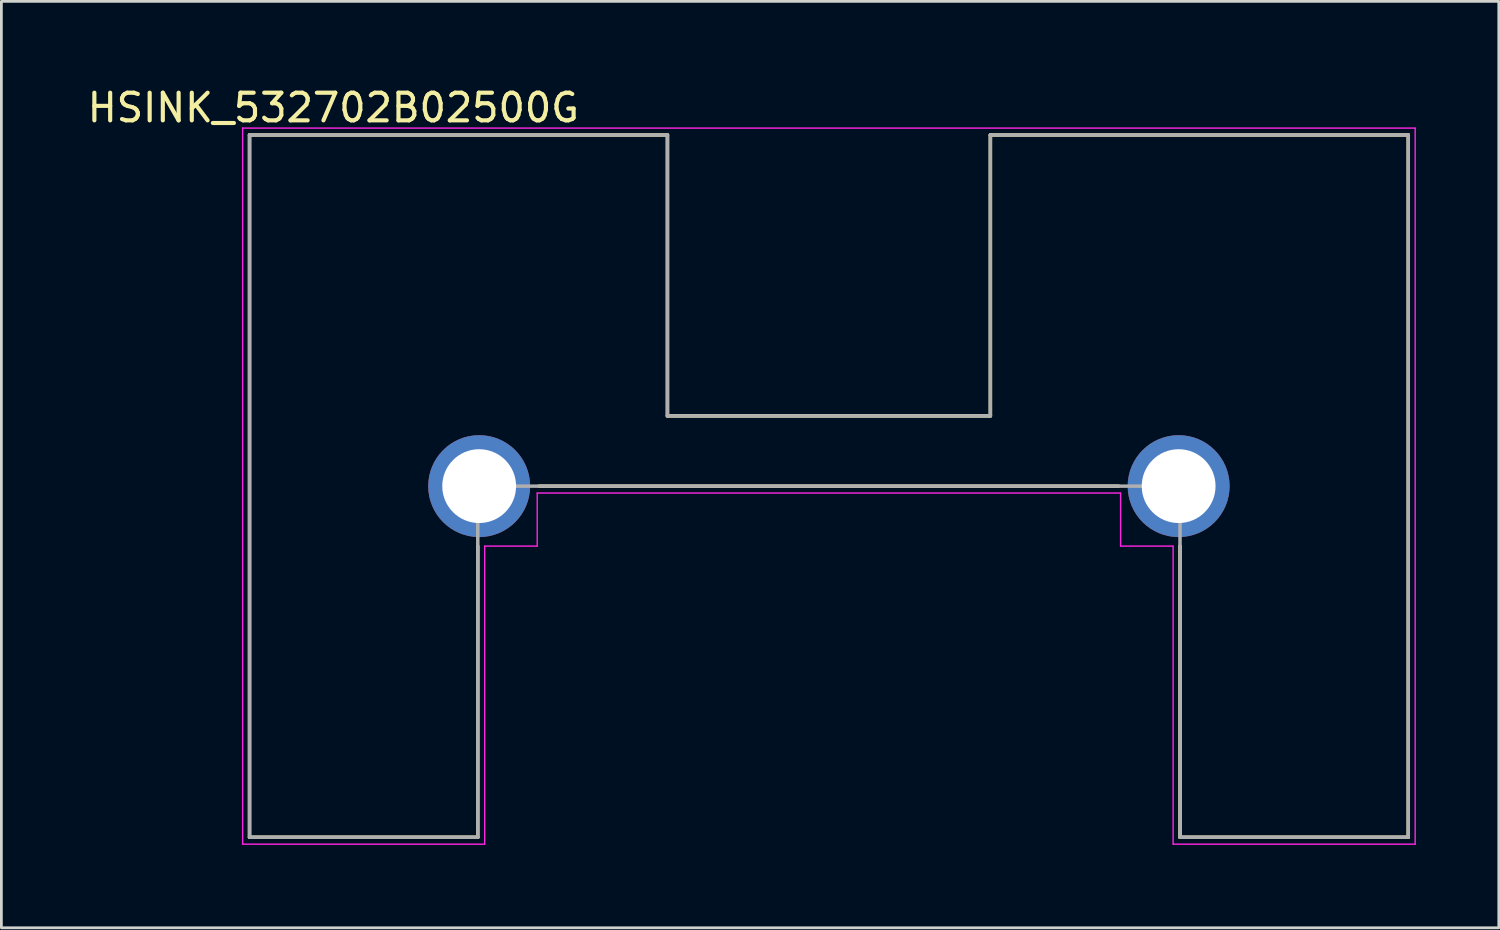
<source format=kicad_pcb>
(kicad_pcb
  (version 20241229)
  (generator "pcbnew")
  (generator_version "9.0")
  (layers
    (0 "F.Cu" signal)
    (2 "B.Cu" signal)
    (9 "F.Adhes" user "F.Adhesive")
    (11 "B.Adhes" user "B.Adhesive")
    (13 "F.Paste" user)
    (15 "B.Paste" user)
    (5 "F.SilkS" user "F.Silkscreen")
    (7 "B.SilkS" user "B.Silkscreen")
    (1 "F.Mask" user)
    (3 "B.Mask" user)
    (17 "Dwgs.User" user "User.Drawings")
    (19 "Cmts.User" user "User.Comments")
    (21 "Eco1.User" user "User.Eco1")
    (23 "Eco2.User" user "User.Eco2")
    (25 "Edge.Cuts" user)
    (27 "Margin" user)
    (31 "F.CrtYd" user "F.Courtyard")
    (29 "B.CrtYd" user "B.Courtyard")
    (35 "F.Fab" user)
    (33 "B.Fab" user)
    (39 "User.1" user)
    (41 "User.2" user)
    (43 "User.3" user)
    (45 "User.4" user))
  (footprint "HSINK_532702B02500G"
    (layer "F.Cu")
    (at 26.931 14.533)
    (property "Reference" "HSINK_532702B02500G" (at -17.925 -13.685 0) (layer "F.SilkS") (effects (font (size 1 1) (thickness 0.15))))
    (attr through_hole)
    (fp_line (start -20.955 -12.7) (end -5.84 -12.7) (stroke (width 0.127) (type solid)) (layer "F.SilkS"))
    (fp_line (start -20.955 12.7) (end -20.955 -12.7) (stroke (width 0.127) (type solid)) (layer "F.SilkS"))
    (fp_line (start -12.7 2.17) (end -12.7 12.7) (stroke (width 0.127) (type solid)) (layer "F.SilkS"))
    (fp_line (start -12.7 12.7) (end -20.955 12.7) (stroke (width 0.127) (type solid)) (layer "F.SilkS"))
    (fp_line (start -10.48 0) (end 10.48 0) (stroke (width 0.127) (type solid)) (layer "F.SilkS"))
    (fp_line (start -5.84 -12.7) (end -5.84 -2.54) (stroke (width 0.127) (type solid)) (layer "F.SilkS"))
    (fp_line (start -5.84 -2.54) (end 5.84 -2.54) (stroke (width 0.127) (type solid)) (layer "F.SilkS"))
    (fp_line (start 5.84 -12.7) (end 20.955 -12.7) (stroke (width 0.127) (type solid)) (layer "F.SilkS"))
    (fp_line (start 5.84 -2.54) (end 5.84 -12.7) (stroke (width 0.127) (type solid)) (layer "F.SilkS"))
    (fp_line (start 12.7 12.7) (end 12.7 2.17) (stroke (width 0.127) (type solid)) (layer "F.SilkS"))
    (fp_line (start 20.955 -12.7) (end 20.955 12.7) (stroke (width 0.127) (type solid)) (layer "F.SilkS"))
    (fp_line (start 20.955 12.7) (end 12.7 12.7) (stroke (width 0.127) (type solid)) (layer "F.SilkS"))
    (fp_line (start -21.205 -12.95) (end 21.205 -12.95) (stroke (width 0.05) (type solid)) (layer "F.CrtYd"))
    (fp_line (start -21.205 12.95) (end -21.205 -12.95) (stroke (width 0.05) (type solid)) (layer "F.CrtYd"))
    (fp_line (start -12.45 2.17) (end -10.55 2.17) (stroke (width 0.05) (type solid)) (layer "F.CrtYd"))
    (fp_line (start -12.45 12.95) (end -21.205 12.95) (stroke (width 0.05) (type solid)) (layer "F.CrtYd"))
    (fp_line (start -12.45 12.95) (end -12.45 2.17) (stroke (width 0.05) (type solid)) (layer "F.CrtYd"))
    (fp_line (start -10.55 0.25) (end 10.55 0.25) (stroke (width 0.05) (type solid)) (layer "F.CrtYd"))
    (fp_line (start -10.55 2.17) (end -10.55 0.25) (stroke (width 0.05) (type solid)) (layer "F.CrtYd"))
    (fp_line (start 10.55 0.25) (end 10.55 2.17) (stroke (width 0.05) (type solid)) (layer "F.CrtYd"))
    (fp_line (start 10.55 2.17) (end 12.45 2.17) (stroke (width 0.05) (type solid)) (layer "F.CrtYd"))
    (fp_line (start 12.45 2.17) (end 12.45 12.95) (stroke (width 0.05) (type solid)) (layer "F.CrtYd"))
    (fp_line (start 21.205 -12.95) (end 21.205 12.95) (stroke (width 0.05) (type solid)) (layer "F.CrtYd"))
    (fp_line (start 21.205 12.95) (end 12.45 12.95) (stroke (width 0.05) (type solid)) (layer "F.CrtYd"))
    (fp_line (start -20.955 -12.7) (end -5.84 -12.7) (stroke (width 0.127) (type solid)) (layer "F.Fab"))
    (fp_line (start -20.955 12.7) (end -20.955 -12.7) (stroke (width 0.127) (type solid)) (layer "F.Fab"))
    (fp_line (start -12.7 0) (end -12.7 12.7) (stroke (width 0.127) (type solid)) (layer "F.Fab"))
    (fp_line (start -12.7 12.7) (end -20.955 12.7) (stroke (width 0.127) (type solid)) (layer "F.Fab"))
    (fp_line (start -5.84 -12.7) (end -5.84 -2.54) (stroke (width 0.127) (type solid)) (layer "F.Fab"))
    (fp_line (start -5.84 -2.54) (end 5.84 -2.54) (stroke (width 0.127) (type solid)) (layer "F.Fab"))
    (fp_line (start 5.84 -12.7) (end 20.955 -12.7) (stroke (width 0.127) (type solid)) (layer "F.Fab"))
    (fp_line (start 5.84 -2.54) (end 5.84 -12.7) (stroke (width 0.127) (type solid)) (layer "F.Fab"))
    (fp_line (start 12.7 0) (end -12.7 0) (stroke (width 0.127) (type solid)) (layer "F.Fab"))
    (fp_line (start 12.7 12.7) (end 12.7 0) (stroke (width 0.127) (type solid)) (layer "F.Fab"))
    (fp_line (start 20.955 -12.7) (end 20.955 12.7) (stroke (width 0.127) (type solid)) (layer "F.Fab"))
    (fp_line (start 20.955 12.7) (end 12.7 12.7) (stroke (width 0.127) (type solid)) (layer "F.Fab"))
    (pad "1" thru_hole circle (at -12.65 0) (size 3.686 3.686) (drill 2.67) (layers "*.Cu" "*.Mask"))
    (pad "2" thru_hole circle (at 12.65 0) (size 3.686 3.686) (drill 2.67) (layers "*.Cu" "*.Mask")))
  (gr_rect
    (start -3 -3)
    (end 51.161 30.508)
    (stroke (width 0.1) (type default))
    (fill no)
    (layer "Edge.Cuts")))
</source>
